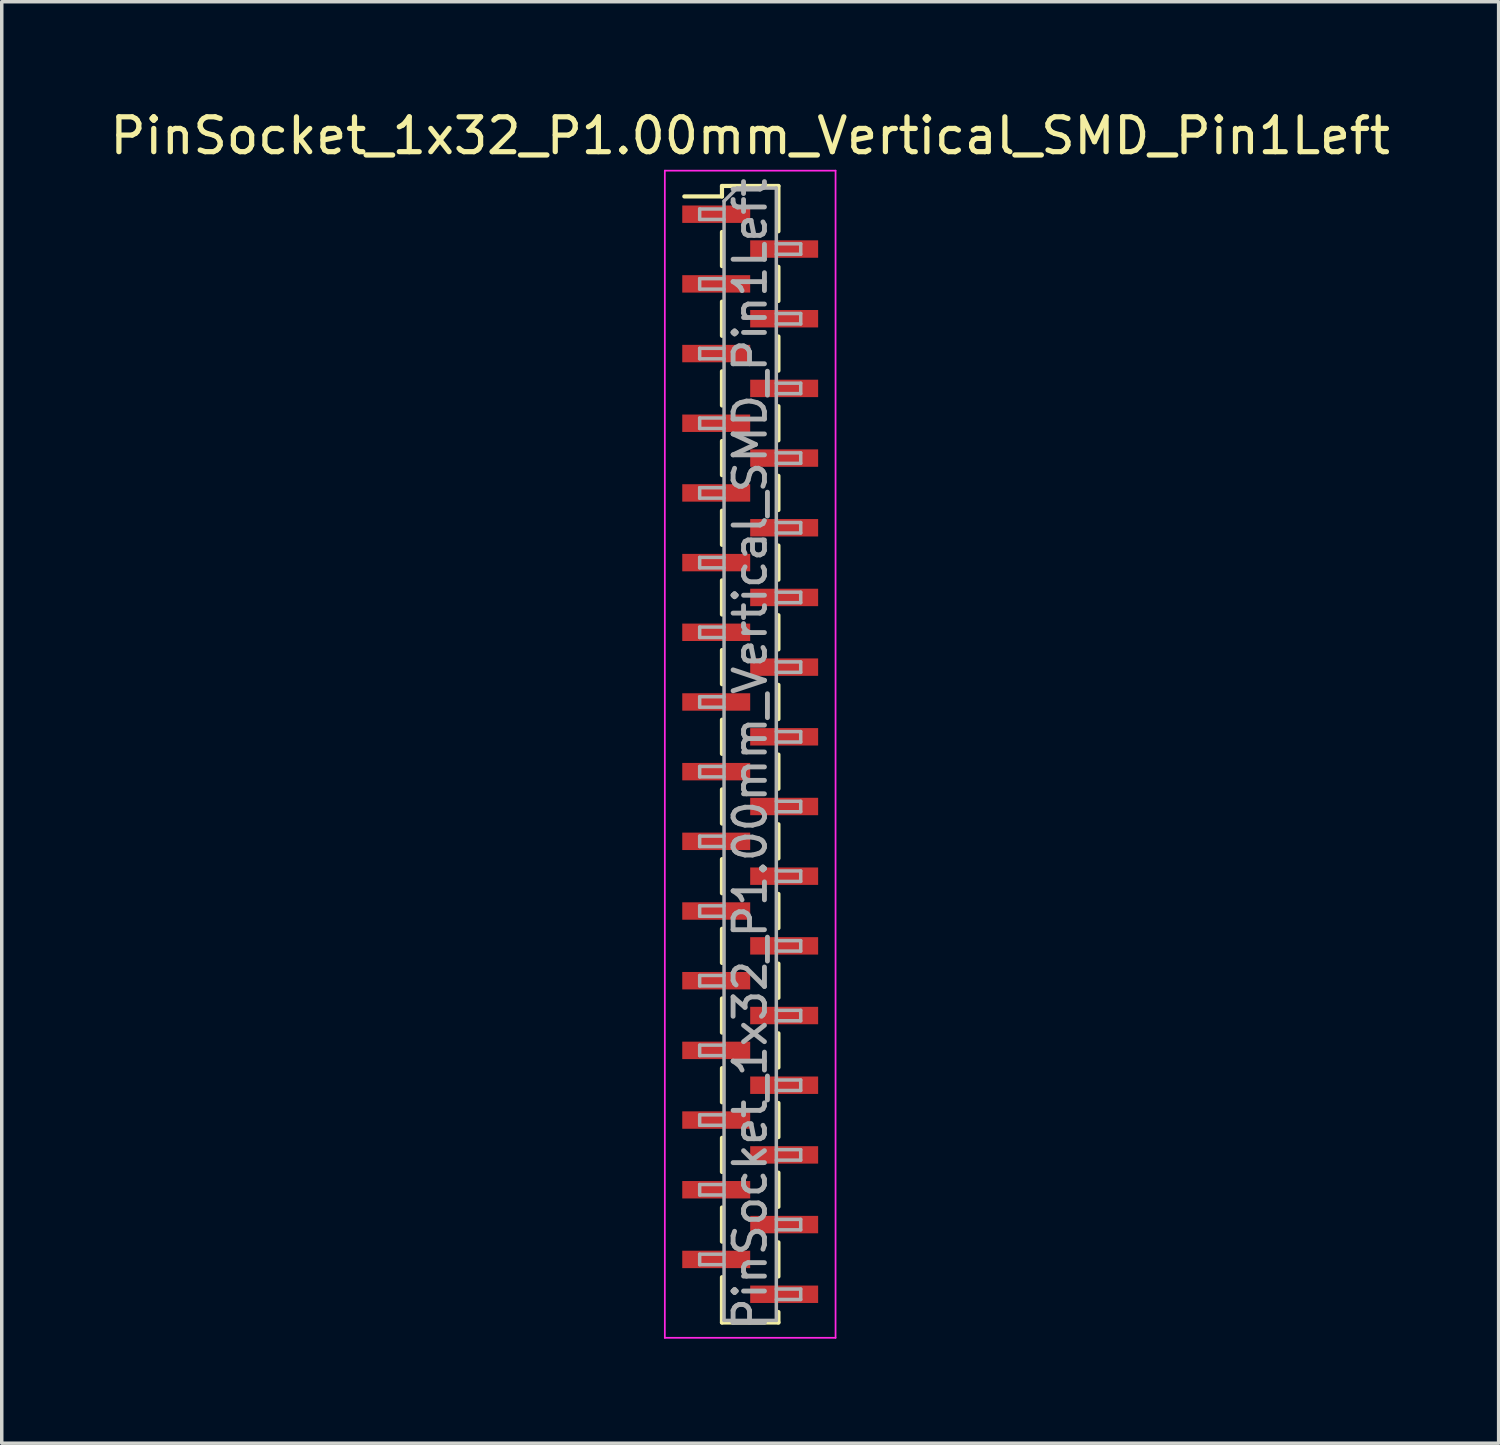
<source format=kicad_pcb>
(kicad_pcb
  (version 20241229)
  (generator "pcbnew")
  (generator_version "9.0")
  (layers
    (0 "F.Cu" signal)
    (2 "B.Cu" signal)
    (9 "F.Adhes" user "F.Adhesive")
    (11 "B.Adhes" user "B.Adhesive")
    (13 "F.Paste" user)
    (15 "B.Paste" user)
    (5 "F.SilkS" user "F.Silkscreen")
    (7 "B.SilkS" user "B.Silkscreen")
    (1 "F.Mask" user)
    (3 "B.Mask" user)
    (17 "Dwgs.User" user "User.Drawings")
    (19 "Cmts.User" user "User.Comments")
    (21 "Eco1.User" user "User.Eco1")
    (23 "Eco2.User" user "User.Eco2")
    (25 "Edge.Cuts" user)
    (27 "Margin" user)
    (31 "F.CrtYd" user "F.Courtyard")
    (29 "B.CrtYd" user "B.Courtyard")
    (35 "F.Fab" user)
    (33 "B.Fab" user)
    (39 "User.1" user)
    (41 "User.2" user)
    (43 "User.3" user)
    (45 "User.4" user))
  (footprint "PinSocket_1x32_P1.00mm_Vertical_SMD_Pin1Left"
    (layer "F.Cu")
    (at 18.482 18.598)
    (property "Reference" "PinSocket_1x32_P1.00mm_Vertical_SMD_Pin1Left" (at 0 -17.75 0) (layer "F.SilkS") (effects (font (size 1 1) (thickness 0.15))))
    (attr smd)
    (fp_line (start -1.89 -16.01) (end -0.81 -16.01) (stroke (width 0.12) (type solid)) (layer "F.SilkS"))
    (fp_line (start -0.81 -16.31) (end -0.81 -16.01) (stroke (width 0.12) (type solid)) (layer "F.SilkS"))
    (fp_line (start -0.81 -16.31) (end 0.81 -16.31) (stroke (width 0.12) (type solid)) (layer "F.SilkS"))
    (fp_line (start -0.81 -14.99) (end -0.81 -14.01) (stroke (width 0.12) (type solid)) (layer "F.SilkS"))
    (fp_line (start -0.81 -12.99) (end -0.81 -12.01) (stroke (width 0.12) (type solid)) (layer "F.SilkS"))
    (fp_line (start -0.81 -10.99) (end -0.81 -10.01) (stroke (width 0.12) (type solid)) (layer "F.SilkS"))
    (fp_line (start -0.81 -8.99) (end -0.81 -8.01) (stroke (width 0.12) (type solid)) (layer "F.SilkS"))
    (fp_line (start -0.81 -6.99) (end -0.81 -6.01) (stroke (width 0.12) (type solid)) (layer "F.SilkS"))
    (fp_line (start -0.81 -4.99) (end -0.81 -4.01) (stroke (width 0.12) (type solid)) (layer "F.SilkS"))
    (fp_line (start -0.81 -2.99) (end -0.81 -2.01) (stroke (width 0.12) (type solid)) (layer "F.SilkS"))
    (fp_line (start -0.81 -0.99) (end -0.81 -0.01) (stroke (width 0.12) (type solid)) (layer "F.SilkS"))
    (fp_line (start -0.81 1.01) (end -0.81 1.99) (stroke (width 0.12) (type solid)) (layer "F.SilkS"))
    (fp_line (start -0.81 3.01) (end -0.81 3.99) (stroke (width 0.12) (type solid)) (layer "F.SilkS"))
    (fp_line (start -0.81 5.01) (end -0.81 5.99) (stroke (width 0.12) (type solid)) (layer "F.SilkS"))
    (fp_line (start -0.81 7.01) (end -0.81 7.99) (stroke (width 0.12) (type solid)) (layer "F.SilkS"))
    (fp_line (start -0.81 9.01) (end -0.81 9.99) (stroke (width 0.12) (type solid)) (layer "F.SilkS"))
    (fp_line (start -0.81 11.01) (end -0.81 11.99) (stroke (width 0.12) (type solid)) (layer "F.SilkS"))
    (fp_line (start -0.81 13.01) (end -0.81 13.99) (stroke (width 0.12) (type solid)) (layer "F.SilkS"))
    (fp_line (start -0.81 15.01) (end -0.81 16.31) (stroke (width 0.12) (type solid)) (layer "F.SilkS"))
    (fp_line (start -0.81 16.31) (end 0.81 16.31) (stroke (width 0.12) (type solid)) (layer "F.SilkS"))
    (fp_line (start 0.81 -16.31) (end 0.81 -15.01) (stroke (width 0.12) (type solid)) (layer "F.SilkS"))
    (fp_line (start 0.81 -13.99) (end 0.81 -13.01) (stroke (width 0.12) (type solid)) (layer "F.SilkS"))
    (fp_line (start 0.81 -11.99) (end 0.81 -11.01) (stroke (width 0.12) (type solid)) (layer "F.SilkS"))
    (fp_line (start 0.81 -9.99) (end 0.81 -9.01) (stroke (width 0.12) (type solid)) (layer "F.SilkS"))
    (fp_line (start 0.81 -7.99) (end 0.81 -7.01) (stroke (width 0.12) (type solid)) (layer "F.SilkS"))
    (fp_line (start 0.81 -5.99) (end 0.81 -5.01) (stroke (width 0.12) (type solid)) (layer "F.SilkS"))
    (fp_line (start 0.81 -3.99) (end 0.81 -3.01) (stroke (width 0.12) (type solid)) (layer "F.SilkS"))
    (fp_line (start 0.81 -1.99) (end 0.81 -1.01) (stroke (width 0.12) (type solid)) (layer "F.SilkS"))
    (fp_line (start 0.81 0.01) (end 0.81 0.99) (stroke (width 0.12) (type solid)) (layer "F.SilkS"))
    (fp_line (start 0.81 2.01) (end 0.81 2.99) (stroke (width 0.12) (type solid)) (layer "F.SilkS"))
    (fp_line (start 0.81 4.01) (end 0.81 4.99) (stroke (width 0.12) (type solid)) (layer "F.SilkS"))
    (fp_line (start 0.81 6.01) (end 0.81 6.99) (stroke (width 0.12) (type solid)) (layer "F.SilkS"))
    (fp_line (start 0.81 8.01) (end 0.81 8.99) (stroke (width 0.12) (type solid)) (layer "F.SilkS"))
    (fp_line (start 0.81 10.01) (end 0.81 10.99) (stroke (width 0.12) (type solid)) (layer "F.SilkS"))
    (fp_line (start 0.81 12.01) (end 0.81 12.99) (stroke (width 0.12) (type solid)) (layer "F.SilkS"))
    (fp_line (start 0.81 14.01) (end 0.81 14.99) (stroke (width 0.12) (type solid)) (layer "F.SilkS"))
    (fp_line (start 0.81 16.01) (end 0.81 16.31) (stroke (width 0.12) (type solid)) (layer "F.SilkS"))
    (fp_line (start -2.45 -16.75) (end 2.45 -16.75) (stroke (width 0.05) (type solid)) (layer "F.CrtYd"))
    (fp_line (start -2.45 16.75) (end -2.45 -16.75) (stroke (width 0.05) (type solid)) (layer "F.CrtYd"))
    (fp_line (start 2.45 -16.75) (end 2.45 16.75) (stroke (width 0.05) (type solid)) (layer "F.CrtYd"))
    (fp_line (start 2.45 16.75) (end -2.45 16.75) (stroke (width 0.05) (type solid)) (layer "F.CrtYd"))
    (fp_line (start -1.45 -15.65) (end -0.75 -15.65) (stroke (width 0.1) (type solid)) (layer "F.Fab"))
    (fp_line (start -1.45 -15.35) (end -1.45 -15.65) (stroke (width 0.1) (type solid)) (layer "F.Fab"))
    (fp_line (start -1.45 -13.65) (end -0.75 -13.65) (stroke (width 0.1) (type solid)) (layer "F.Fab"))
    (fp_line (start -1.45 -13.35) (end -1.45 -13.65) (stroke (width 0.1) (type solid)) (layer "F.Fab"))
    (fp_line (start -1.45 -11.65) (end -0.75 -11.65) (stroke (width 0.1) (type solid)) (layer "F.Fab"))
    (fp_line (start -1.45 -11.35) (end -1.45 -11.65) (stroke (width 0.1) (type solid)) (layer "F.Fab"))
    (fp_line (start -1.45 -9.65) (end -0.75 -9.65) (stroke (width 0.1) (type solid)) (layer "F.Fab"))
    (fp_line (start -1.45 -9.35) (end -1.45 -9.65) (stroke (width 0.1) (type solid)) (layer "F.Fab"))
    (fp_line (start -1.45 -7.65) (end -0.75 -7.65) (stroke (width 0.1) (type solid)) (layer "F.Fab"))
    (fp_line (start -1.45 -7.35) (end -1.45 -7.65) (stroke (width 0.1) (type solid)) (layer "F.Fab"))
    (fp_line (start -1.45 -5.65) (end -0.75 -5.65) (stroke (width 0.1) (type solid)) (layer "F.Fab"))
    (fp_line (start -1.45 -5.35) (end -1.45 -5.65) (stroke (width 0.1) (type solid)) (layer "F.Fab"))
    (fp_line (start -1.45 -3.65) (end -0.75 -3.65) (stroke (width 0.1) (type solid)) (layer "F.Fab"))
    (fp_line (start -1.45 -3.35) (end -1.45 -3.65) (stroke (width 0.1) (type solid)) (layer "F.Fab"))
    (fp_line (start -1.45 -1.65) (end -0.75 -1.65) (stroke (width 0.1) (type solid)) (layer "F.Fab"))
    (fp_line (start -1.45 -1.35) (end -1.45 -1.65) (stroke (width 0.1) (type solid)) (layer "F.Fab"))
    (fp_line (start -1.45 0.35) (end -0.75 0.35) (stroke (width 0.1) (type solid)) (layer "F.Fab"))
    (fp_line (start -1.45 0.65) (end -1.45 0.35) (stroke (width 0.1) (type solid)) (layer "F.Fab"))
    (fp_line (start -1.45 2.35) (end -0.75 2.35) (stroke (width 0.1) (type solid)) (layer "F.Fab"))
    (fp_line (start -1.45 2.65) (end -1.45 2.35) (stroke (width 0.1) (type solid)) (layer "F.Fab"))
    (fp_line (start -1.45 4.35) (end -0.75 4.35) (stroke (width 0.1) (type solid)) (layer "F.Fab"))
    (fp_line (start -1.45 4.65) (end -1.45 4.35) (stroke (width 0.1) (type solid)) (layer "F.Fab"))
    (fp_line (start -1.45 6.35) (end -0.75 6.35) (stroke (width 0.1) (type solid)) (layer "F.Fab"))
    (fp_line (start -1.45 6.65) (end -1.45 6.35) (stroke (width 0.1) (type solid)) (layer "F.Fab"))
    (fp_line (start -1.45 8.35) (end -0.75 8.35) (stroke (width 0.1) (type solid)) (layer "F.Fab"))
    (fp_line (start -1.45 8.65) (end -1.45 8.35) (stroke (width 0.1) (type solid)) (layer "F.Fab"))
    (fp_line (start -1.45 10.35) (end -0.75 10.35) (stroke (width 0.1) (type solid)) (layer "F.Fab"))
    (fp_line (start -1.45 10.65) (end -1.45 10.35) (stroke (width 0.1) (type solid)) (layer "F.Fab"))
    (fp_line (start -1.45 12.35) (end -0.75 12.35) (stroke (width 0.1) (type solid)) (layer "F.Fab"))
    (fp_line (start -1.45 12.65) (end -1.45 12.35) (stroke (width 0.1) (type solid)) (layer "F.Fab"))
    (fp_line (start -1.45 14.35) (end -0.75 14.35) (stroke (width 0.1) (type solid)) (layer "F.Fab"))
    (fp_line (start -1.45 14.65) (end -1.45 14.35) (stroke (width 0.1) (type solid)) (layer "F.Fab"))
    (fp_line (start -0.75 -15.875) (end -0.375 -16.25) (stroke (width 0.1) (type solid)) (layer "F.Fab"))
    (fp_line (start -0.75 -15.35) (end -1.45 -15.35) (stroke (width 0.1) (type solid)) (layer "F.Fab"))
    (fp_line (start -0.75 -13.35) (end -1.45 -13.35) (stroke (width 0.1) (type solid)) (layer "F.Fab"))
    (fp_line (start -0.75 -11.35) (end -1.45 -11.35) (stroke (width 0.1) (type solid)) (layer "F.Fab"))
    (fp_line (start -0.75 -9.35) (end -1.45 -9.35) (stroke (width 0.1) (type solid)) (layer "F.Fab"))
    (fp_line (start -0.75 -7.35) (end -1.45 -7.35) (stroke (width 0.1) (type solid)) (layer "F.Fab"))
    (fp_line (start -0.75 -5.35) (end -1.45 -5.35) (stroke (width 0.1) (type solid)) (layer "F.Fab"))
    (fp_line (start -0.75 -3.35) (end -1.45 -3.35) (stroke (width 0.1) (type solid)) (layer "F.Fab"))
    (fp_line (start -0.75 -1.35) (end -1.45 -1.35) (stroke (width 0.1) (type solid)) (layer "F.Fab"))
    (fp_line (start -0.75 0.65) (end -1.45 0.65) (stroke (width 0.1) (type solid)) (layer "F.Fab"))
    (fp_line (start -0.75 2.65) (end -1.45 2.65) (stroke (width 0.1) (type solid)) (layer "F.Fab"))
    (fp_line (start -0.75 4.65) (end -1.45 4.65) (stroke (width 0.1) (type solid)) (layer "F.Fab"))
    (fp_line (start -0.75 6.65) (end -1.45 6.65) (stroke (width 0.1) (type solid)) (layer "F.Fab"))
    (fp_line (start -0.75 8.65) (end -1.45 8.65) (stroke (width 0.1) (type solid)) (layer "F.Fab"))
    (fp_line (start -0.75 10.65) (end -1.45 10.65) (stroke (width 0.1) (type solid)) (layer "F.Fab"))
    (fp_line (start -0.75 12.65) (end -1.45 12.65) (stroke (width 0.1) (type solid)) (layer "F.Fab"))
    (fp_line (start -0.75 14.65) (end -1.45 14.65) (stroke (width 0.1) (type solid)) (layer "F.Fab"))
    (fp_line (start -0.75 16.25) (end -0.75 -15.875) (stroke (width 0.1) (type solid)) (layer "F.Fab"))
    (fp_line (start -0.375 -16.25) (end 0.75 -16.25) (stroke (width 0.1) (type solid)) (layer "F.Fab"))
    (fp_line (start 0.75 -16.25) (end 0.75 16.25) (stroke (width 0.1) (type solid)) (layer "F.Fab"))
    (fp_line (start 0.75 -14.65) (end 1.45 -14.65) (stroke (width 0.1) (type solid)) (layer "F.Fab"))
    (fp_line (start 0.75 -12.65) (end 1.45 -12.65) (stroke (width 0.1) (type solid)) (layer "F.Fab"))
    (fp_line (start 0.75 -10.65) (end 1.45 -10.65) (stroke (width 0.1) (type solid)) (layer "F.Fab"))
    (fp_line (start 0.75 -8.65) (end 1.45 -8.65) (stroke (width 0.1) (type solid)) (layer "F.Fab"))
    (fp_line (start 0.75 -6.65) (end 1.45 -6.65) (stroke (width 0.1) (type solid)) (layer "F.Fab"))
    (fp_line (start 0.75 -4.65) (end 1.45 -4.65) (stroke (width 0.1) (type solid)) (layer "F.Fab"))
    (fp_line (start 0.75 -2.65) (end 1.45 -2.65) (stroke (width 0.1) (type solid)) (layer "F.Fab"))
    (fp_line (start 0.75 -0.65) (end 1.45 -0.65) (stroke (width 0.1) (type solid)) (layer "F.Fab"))
    (fp_line (start 0.75 1.35) (end 1.45 1.35) (stroke (width 0.1) (type solid)) (layer "F.Fab"))
    (fp_line (start 0.75 3.35) (end 1.45 3.35) (stroke (width 0.1) (type solid)) (layer "F.Fab"))
    (fp_line (start 0.75 5.35) (end 1.45 5.35) (stroke (width 0.1) (type solid)) (layer "F.Fab"))
    (fp_line (start 0.75 7.35) (end 1.45 7.35) (stroke (width 0.1) (type solid)) (layer "F.Fab"))
    (fp_line (start 0.75 9.35) (end 1.45 9.35) (stroke (width 0.1) (type solid)) (layer "F.Fab"))
    (fp_line (start 0.75 11.35) (end 1.45 11.35) (stroke (width 0.1) (type solid)) (layer "F.Fab"))
    (fp_line (start 0.75 13.35) (end 1.45 13.35) (stroke (width 0.1) (type solid)) (layer "F.Fab"))
    (fp_line (start 0.75 15.35) (end 1.45 15.35) (stroke (width 0.1) (type solid)) (layer "F.Fab"))
    (fp_line (start 0.75 16.25) (end -0.75 16.25) (stroke (width 0.1) (type solid)) (layer "F.Fab"))
    (fp_line (start 1.45 -14.65) (end 1.45 -14.35) (stroke (width 0.1) (type solid)) (layer "F.Fab"))
    (fp_line (start 1.45 -14.35) (end 0.75 -14.35) (stroke (width 0.1) (type solid)) (layer "F.Fab"))
    (fp_line (start 1.45 -12.65) (end 1.45 -12.35) (stroke (width 0.1) (type solid)) (layer "F.Fab"))
    (fp_line (start 1.45 -12.35) (end 0.75 -12.35) (stroke (width 0.1) (type solid)) (layer "F.Fab"))
    (fp_line (start 1.45 -10.65) (end 1.45 -10.35) (stroke (width 0.1) (type solid)) (layer "F.Fab"))
    (fp_line (start 1.45 -10.35) (end 0.75 -10.35) (stroke (width 0.1) (type solid)) (layer "F.Fab"))
    (fp_line (start 1.45 -8.65) (end 1.45 -8.35) (stroke (width 0.1) (type solid)) (layer "F.Fab"))
    (fp_line (start 1.45 -8.35) (end 0.75 -8.35) (stroke (width 0.1) (type solid)) (layer "F.Fab"))
    (fp_line (start 1.45 -6.65) (end 1.45 -6.35) (stroke (width 0.1) (type solid)) (layer "F.Fab"))
    (fp_line (start 1.45 -6.35) (end 0.75 -6.35) (stroke (width 0.1) (type solid)) (layer "F.Fab"))
    (fp_line (start 1.45 -4.65) (end 1.45 -4.35) (stroke (width 0.1) (type solid)) (layer "F.Fab"))
    (fp_line (start 1.45 -4.35) (end 0.75 -4.35) (stroke (width 0.1) (type solid)) (layer "F.Fab"))
    (fp_line (start 1.45 -2.65) (end 1.45 -2.35) (stroke (width 0.1) (type solid)) (layer "F.Fab"))
    (fp_line (start 1.45 -2.35) (end 0.75 -2.35) (stroke (width 0.1) (type solid)) (layer "F.Fab"))
    (fp_line (start 1.45 -0.65) (end 1.45 -0.35) (stroke (width 0.1) (type solid)) (layer "F.Fab"))
    (fp_line (start 1.45 -0.35) (end 0.75 -0.35) (stroke (width 0.1) (type solid)) (layer "F.Fab"))
    (fp_line (start 1.45 1.35) (end 1.45 1.65) (stroke (width 0.1) (type solid)) (layer "F.Fab"))
    (fp_line (start 1.45 1.65) (end 0.75 1.65) (stroke (width 0.1) (type solid)) (layer "F.Fab"))
    (fp_line (start 1.45 3.35) (end 1.45 3.65) (stroke (width 0.1) (type solid)) (layer "F.Fab"))
    (fp_line (start 1.45 3.65) (end 0.75 3.65) (stroke (width 0.1) (type solid)) (layer "F.Fab"))
    (fp_line (start 1.45 5.35) (end 1.45 5.65) (stroke (width 0.1) (type solid)) (layer "F.Fab"))
    (fp_line (start 1.45 5.65) (end 0.75 5.65) (stroke (width 0.1) (type solid)) (layer "F.Fab"))
    (fp_line (start 1.45 7.35) (end 1.45 7.65) (stroke (width 0.1) (type solid)) (layer "F.Fab"))
    (fp_line (start 1.45 7.65) (end 0.75 7.65) (stroke (width 0.1) (type solid)) (layer "F.Fab"))
    (fp_line (start 1.45 9.35) (end 1.45 9.65) (stroke (width 0.1) (type solid)) (layer "F.Fab"))
    (fp_line (start 1.45 9.65) (end 0.75 9.65) (stroke (width 0.1) (type solid)) (layer "F.Fab"))
    (fp_line (start 1.45 11.35) (end 1.45 11.65) (stroke (width 0.1) (type solid)) (layer "F.Fab"))
    (fp_line (start 1.45 11.65) (end 0.75 11.65) (stroke (width 0.1) (type solid)) (layer "F.Fab"))
    (fp_line (start 1.45 13.35) (end 1.45 13.65) (stroke (width 0.1) (type solid)) (layer "F.Fab"))
    (fp_line (start 1.45 13.65) (end 0.75 13.65) (stroke (width 0.1) (type solid)) (layer "F.Fab"))
    (fp_line (start 1.45 15.35) (end 1.45 15.65) (stroke (width 0.1) (type solid)) (layer "F.Fab"))
    (fp_line (start 1.45 15.65) (end 0.75 15.65) (stroke (width 0.1) (type solid)) (layer "F.Fab"))
    (fp_text user "${REFERENCE}" (at 0 0 90) (layer "F.Fab") (effects (font (size 0.9 0.9) (thickness 0.14))))
    (pad "1" smd rect (at -0.975 -15.5) (size 1.95 0.5) (layers "F.Cu" "F.Mask" "F.Paste"))
    (pad "2" smd rect (at 0.975 -14.5) (size 1.95 0.5) (layers "F.Cu" "F.Mask" "F.Paste"))
    (pad "3" smd rect (at -0.975 -13.5) (size 1.95 0.5) (layers "F.Cu" "F.Mask" "F.Paste"))
    (pad "4" smd rect (at 0.975 -12.5) (size 1.95 0.5) (layers "F.Cu" "F.Mask" "F.Paste"))
    (pad "5" smd rect (at -0.975 -11.5) (size 1.95 0.5) (layers "F.Cu" "F.Mask" "F.Paste"))
    (pad "6" smd rect (at 0.975 -10.5) (size 1.95 0.5) (layers "F.Cu" "F.Mask" "F.Paste"))
    (pad "7" smd rect (at -0.975 -9.5) (size 1.95 0.5) (layers "F.Cu" "F.Mask" "F.Paste"))
    (pad "8" smd rect (at 0.975 -8.5) (size 1.95 0.5) (layers "F.Cu" "F.Mask" "F.Paste"))
    (pad "9" smd rect (at -0.975 -7.5) (size 1.95 0.5) (layers "F.Cu" "F.Mask" "F.Paste"))
    (pad "10" smd rect (at 0.975 -6.5) (size 1.95 0.5) (layers "F.Cu" "F.Mask" "F.Paste"))
    (pad "11" smd rect (at -0.975 -5.5) (size 1.95 0.5) (layers "F.Cu" "F.Mask" "F.Paste"))
    (pad "12" smd rect (at 0.975 -4.5) (size 1.95 0.5) (layers "F.Cu" "F.Mask" "F.Paste"))
    (pad "13" smd rect (at -0.975 -3.5) (size 1.95 0.5) (layers "F.Cu" "F.Mask" "F.Paste"))
    (pad "14" smd rect (at 0.975 -2.5) (size 1.95 0.5) (layers "F.Cu" "F.Mask" "F.Paste"))
    (pad "15" smd rect (at -0.975 -1.5) (size 1.95 0.5) (layers "F.Cu" "F.Mask" "F.Paste"))
    (pad "16" smd rect (at 0.975 -0.5) (size 1.95 0.5) (layers "F.Cu" "F.Mask" "F.Paste"))
    (pad "17" smd rect (at -0.975 0.5) (size 1.95 0.5) (layers "F.Cu" "F.Mask" "F.Paste"))
    (pad "18" smd rect (at 0.975 1.5) (size 1.95 0.5) (layers "F.Cu" "F.Mask" "F.Paste"))
    (pad "19" smd rect (at -0.975 2.5) (size 1.95 0.5) (layers "F.Cu" "F.Mask" "F.Paste"))
    (pad "20" smd rect (at 0.975 3.5) (size 1.95 0.5) (layers "F.Cu" "F.Mask" "F.Paste"))
    (pad "21" smd rect (at -0.975 4.5) (size 1.95 0.5) (layers "F.Cu" "F.Mask" "F.Paste"))
    (pad "22" smd rect (at 0.975 5.5) (size 1.95 0.5) (layers "F.Cu" "F.Mask" "F.Paste"))
    (pad "23" smd rect (at -0.975 6.5) (size 1.95 0.5) (layers "F.Cu" "F.Mask" "F.Paste"))
    (pad "24" smd rect (at 0.975 7.5) (size 1.95 0.5) (layers "F.Cu" "F.Mask" "F.Paste"))
    (pad "25" smd rect (at -0.975 8.5) (size 1.95 0.5) (layers "F.Cu" "F.Mask" "F.Paste"))
    (pad "26" smd rect (at 0.975 9.5) (size 1.95 0.5) (layers "F.Cu" "F.Mask" "F.Paste"))
    (pad "27" smd rect (at -0.975 10.5) (size 1.95 0.5) (layers "F.Cu" "F.Mask" "F.Paste"))
    (pad "28" smd rect (at 0.975 11.5) (size 1.95 0.5) (layers "F.Cu" "F.Mask" "F.Paste"))
    (pad "29" smd rect (at -0.975 12.5) (size 1.95 0.5) (layers "F.Cu" "F.Mask" "F.Paste"))
    (pad "30" smd rect (at 0.975 13.5) (size 1.95 0.5) (layers "F.Cu" "F.Mask" "F.Paste"))
    (pad "31" smd rect (at -0.975 14.5) (size 1.95 0.5) (layers "F.Cu" "F.Mask" "F.Paste"))
    (pad "32" smd rect (at 0.975 15.5) (size 1.95 0.5) (layers "F.Cu" "F.Mask" "F.Paste")))
  (gr_rect
    (start -3 -3)
    (end 39.964 38.373)
    (stroke (width 0.1) (type default))
    (fill no)
    (layer "Edge.Cuts")))
</source>
